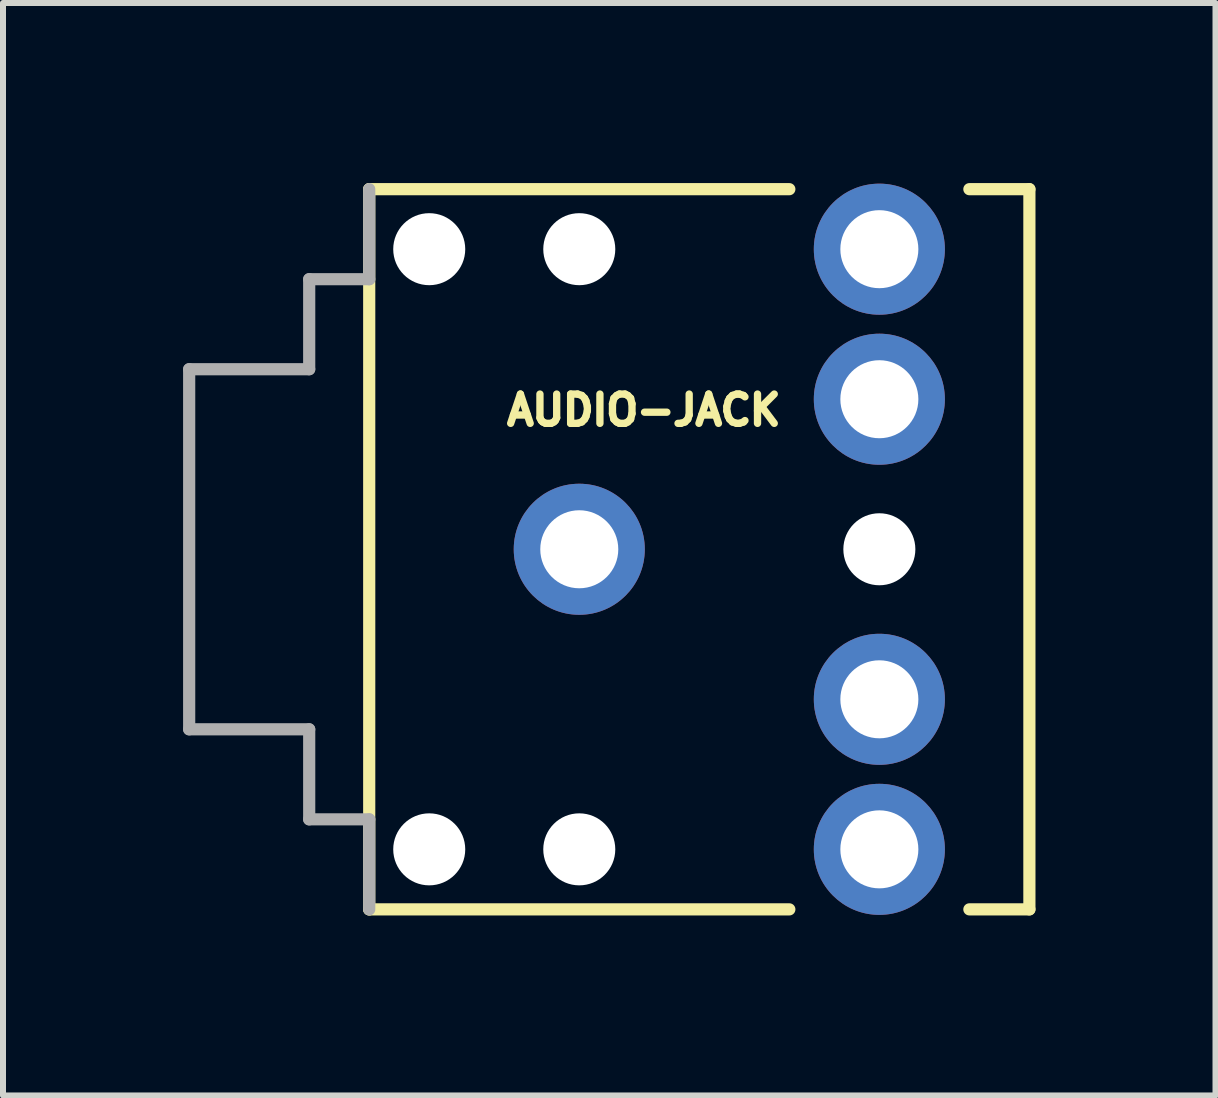
<source format=kicad_pcb>
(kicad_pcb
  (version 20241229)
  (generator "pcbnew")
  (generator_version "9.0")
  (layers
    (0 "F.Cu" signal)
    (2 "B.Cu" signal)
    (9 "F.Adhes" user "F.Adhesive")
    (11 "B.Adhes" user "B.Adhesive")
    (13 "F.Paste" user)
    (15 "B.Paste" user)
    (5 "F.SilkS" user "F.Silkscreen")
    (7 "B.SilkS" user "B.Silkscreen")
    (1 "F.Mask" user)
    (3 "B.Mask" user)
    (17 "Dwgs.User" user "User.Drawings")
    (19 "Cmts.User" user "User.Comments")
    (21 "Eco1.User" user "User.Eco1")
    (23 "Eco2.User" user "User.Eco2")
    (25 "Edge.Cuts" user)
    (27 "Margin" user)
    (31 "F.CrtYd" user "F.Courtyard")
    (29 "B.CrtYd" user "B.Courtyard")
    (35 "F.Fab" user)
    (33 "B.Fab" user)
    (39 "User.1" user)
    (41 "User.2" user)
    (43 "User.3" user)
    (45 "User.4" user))
  (footprint "AUDIO-JACK"
    (layer "F.Cu")
    (at 6.602 6.102)
    (property "Reference" "AUDIO-JACK" (at -1.27 -2.032 0) (unlocked yes) (layer "F.SilkS") (effects (font (size 0.488 0.488) (thickness 0.122)) (justify left bottom)))
    (fp_line (start -3.5 -6) (end -3.5 6) (stroke (width 0.203) (type solid)) (layer "F.SilkS"))
    (fp_line (start -3.5 -6) (end 3.5 -6) (stroke (width 0.203) (type solid)) (layer "F.SilkS"))
    (fp_line (start -3.5 6) (end 3.5 6) (stroke (width 0.203) (type solid)) (layer "F.SilkS"))
    (fp_line (start 7.5 -6) (end 6.5 -6) (stroke (width 0.203) (type solid)) (layer "F.SilkS"))
    (fp_line (start 7.5 -6) (end 7.5 6) (stroke (width 0.203) (type solid)) (layer "F.SilkS"))
    (fp_line (start 7.5 6) (end 6.5 6) (stroke (width 0.203) (type solid)) (layer "F.SilkS"))
    (fp_line (start -6.5 -3) (end -6.5 3) (stroke (width 0.203) (type solid)) (layer "F.Fab"))
    (fp_line (start -6.5 -3) (end -4.5 -3) (stroke (width 0.203) (type solid)) (layer "F.Fab"))
    (fp_line (start -6.5 3) (end -4.5 3) (stroke (width 0.203) (type solid)) (layer "F.Fab"))
    (fp_line (start -4.5 -4.5) (end -4.5 -3) (stroke (width 0.203) (type solid)) (layer "F.Fab"))
    (fp_line (start -4.5 -4.5) (end -3.5 -4.5) (stroke (width 0.203) (type solid)) (layer "F.Fab"))
    (fp_line (start -4.5 3) (end -4.5 4.5) (stroke (width 0.203) (type solid)) (layer "F.Fab"))
    (fp_line (start -4.5 4.5) (end -3.5 4.5) (stroke (width 0.203) (type solid)) (layer "F.Fab"))
    (fp_line (start -3.5 -6) (end -3.5 -4.5) (stroke (width 0.203) (type solid)) (layer "F.Fab"))
    (fp_line (start -3.5 4.5) (end -3.5 6) (stroke (width 0.203) (type solid)) (layer "F.Fab"))
    (pad "" np_thru_hole circle (at -2.5 -5) (size 1.2 1.2) (drill 1.2) (layers "*.Cu" "*.Mask"))
    (pad "" np_thru_hole circle (at -2.5 5) (size 1.2 1.2) (drill 1.2) (layers "*.Cu" "*.Mask"))
    (pad "" np_thru_hole circle (at 0 -5) (size 1.2 1.2) (drill 1.2) (layers "*.Cu" "*.Mask"))
    (pad "" np_thru_hole circle (at 0 5) (size 1.2 1.2) (drill 1.2) (layers "*.Cu" "*.Mask"))
    (pad "" np_thru_hole circle (at 5 0) (size 1.2 1.2) (drill 1.2) (layers "*.Cu" "*.Mask"))
    (pad "RING" thru_hole circle (at 5 -5) (size 2.184 2.184) (drill 1.3) (layers "*.Cu" "*.Mask"))
    (pad "RSH" thru_hole circle (at 5 -2.5) (size 2.184 2.184) (drill 1.3) (layers "*.Cu" "*.Mask"))
    (pad "SLEEVE" thru_hole circle (at 0 0) (size 2.184 2.184) (drill 1.3) (layers "*.Cu" "*.Mask"))
    (pad "TIP" thru_hole circle (at 5 5) (size 2.184 2.184) (drill 1.3) (layers "*.Cu" "*.Mask"))
    (pad "TSH" thru_hole circle (at 5 2.5) (size 2.184 2.184) (drill 1.3) (layers "*.Cu" "*.Mask")))
  (gr_rect
    (start -3 -3)
    (end 17.203 15.203)
    (stroke (width 0.1) (type default))
    (fill no)
    (layer "Edge.Cuts")))
</source>
